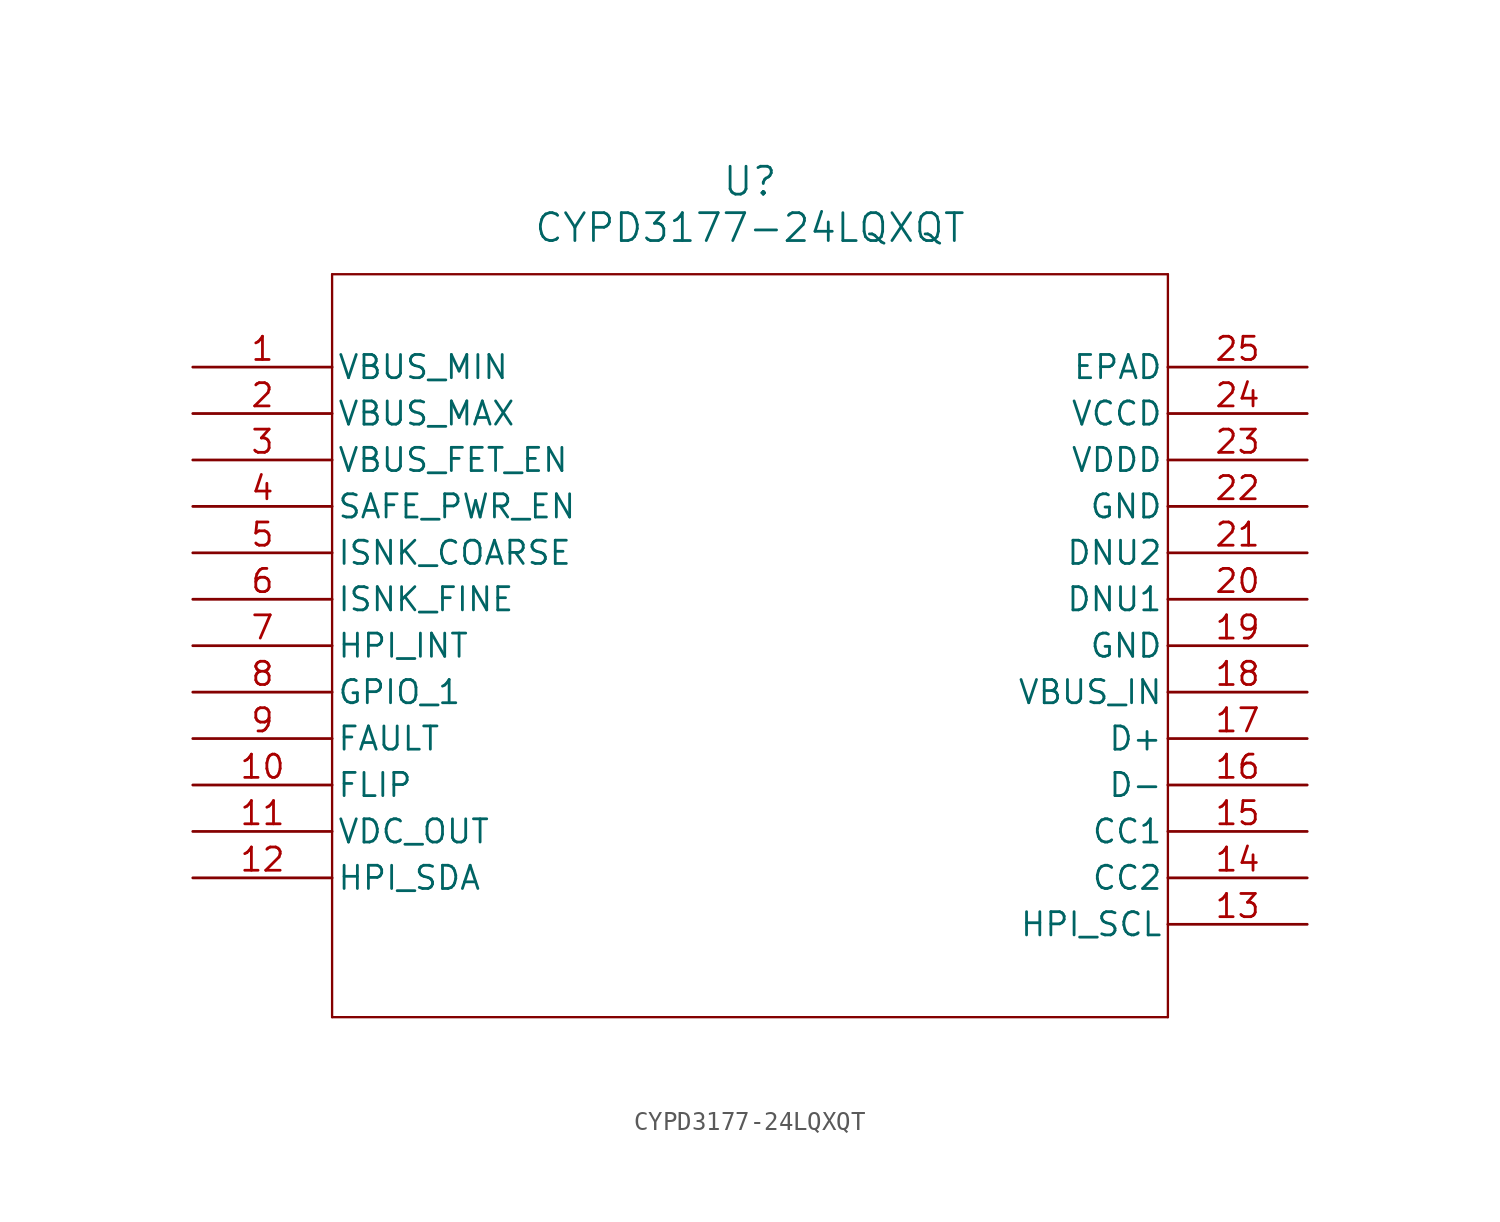
<source format=kicad_sym>
(kicad_symbol_lib
  (version 20211014)
  (generator kicad_symbol_editor)
  (symbol "CYPD3177-24LQXQT"
    (pin_names
      (offset 0.254))
    (property "Reference" "U"
      (at 30.48 10.16 0)
      (effects (font (size 1.524 1.524))))
    (property "Value" "CYPD3177-24LQXQT"
      (at 30.48 7.62 0)
      (effects (font (size 1.524 1.524))))
    (symbol "CYPD3177-24LQXQT_0_1"
      (polyline (pts (xy 7.62 5.08) (xy 7.62 -35.56)) (stroke (width 0.127) (type default) (color 0 0 0 0)) (fill (type none)))
      (polyline (pts (xy 7.62 -35.56) (xy 53.34 -35.56)) (stroke (width 0.127) (type default) (color 0 0 0 0)) (fill (type none)))
      (polyline (pts (xy 53.34 -35.56) (xy 53.34 5.08)) (stroke (width 0.127) (type default) (color 0 0 0 0)) (fill (type none)))
      (polyline (pts (xy 53.34 5.08) (xy 7.62 5.08)) (stroke (width 0.127) (type default) (color 0 0 0 0)) (fill (type none)))
      (pin unspecified line (at 0 0 0) (length 7.62) (name "VBUS_MIN" (effects (font (size 1.27 1.27)))) (number "1" (effects (font (size 1.27 1.27)))))
      (pin unspecified line (at 0 -2.54 0) (length 7.62) (name "VBUS_MAX" (effects (font (size 1.27 1.27)))) (number "2" (effects (font (size 1.27 1.27)))))
      (pin unspecified line (at 0 -5.08 0) (length 7.62) (name "VBUS_FET_EN" (effects (font (size 1.27 1.27)))) (number "3" (effects (font (size 1.27 1.27)))))
      (pin unspecified line (at 0 -7.62 0) (length 7.62) (name "SAFE_PWR_EN" (effects (font (size 1.27 1.27)))) (number "4" (effects (font (size 1.27 1.27)))))
      (pin unspecified line (at 0 -10.16 0) (length 7.62) (name "ISNK_COARSE" (effects (font (size 1.27 1.27)))) (number "5" (effects (font (size 1.27 1.27)))))
      (pin unspecified line (at 0 -12.7 0) (length 7.62) (name "ISNK_FINE" (effects (font (size 1.27 1.27)))) (number "6" (effects (font (size 1.27 1.27)))))
      (pin unspecified line (at 0 -15.24 0) (length 7.62) (name "HPI_INT" (effects (font (size 1.27 1.27)))) (number "7" (effects (font (size 1.27 1.27)))))
      (pin unspecified line (at 0 -17.78 0) (length 7.62) (name "GPIO_1" (effects (font (size 1.27 1.27)))) (number "8" (effects (font (size 1.27 1.27)))))
      (pin unspecified line (at 0 -20.32 0) (length 7.62) (name "FAULT" (effects (font (size 1.27 1.27)))) (number "9" (effects (font (size 1.27 1.27)))))
      (pin unspecified line (at 0 -22.86 0) (length 7.62) (name "FLIP" (effects (font (size 1.27 1.27)))) (number "10" (effects (font (size 1.27 1.27)))))
      (pin output line (at 0 -25.4 0) (length 7.62) (name "VDC_OUT" (effects (font (size 1.27 1.27)))) (number "11" (effects (font (size 1.27 1.27)))))
      (pin unspecified line (at 0 -27.94 0) (length 7.62) (name "HPI_SDA" (effects (font (size 1.27 1.27)))) (number "12" (effects (font (size 1.27 1.27)))))
      (pin unspecified line (at 60.96 -30.48 180) (length 7.62) (name "HPI_SCL" (effects (font (size 1.27 1.27)))) (number "13" (effects (font (size 1.27 1.27)))))
      (pin bidirectional line (at 60.96 -27.94 180) (length 7.62) (name "CC2" (effects (font (size 1.27 1.27)))) (number "14" (effects (font (size 1.27 1.27)))))
      (pin bidirectional line (at 60.96 -25.4 180) (length 7.62) (name "CC1" (effects (font (size 1.27 1.27)))) (number "15" (effects (font (size 1.27 1.27)))))
      (pin unspecified line (at 60.96 -22.86 180) (length 7.62) (name "D-" (effects (font (size 1.27 1.27)))) (number "16" (effects (font (size 1.27 1.27)))))
      (pin unspecified line (at 60.96 -20.32 180) (length 7.62) (name "D+" (effects (font (size 1.27 1.27)))) (number "17" (effects (font (size 1.27 1.27)))))
      (pin unspecified line (at 60.96 -17.78 180) (length 7.62) (name "VBUS_IN" (effects (font (size 1.27 1.27)))) (number "18" (effects (font (size 1.27 1.27)))))
      (pin power_out line (at 60.96 -15.24 180) (length 7.62) (name "GND" (effects (font (size 1.27 1.27)))) (number "19" (effects (font (size 1.27 1.27)))))
      (pin bidirectional line (at 60.96 -12.7 180) (length 7.62) (name "DNU1" (effects (font (size 1.27 1.27)))) (number "20" (effects (font (size 1.27 1.27)))))
      (pin bidirectional line (at 60.96 -10.16 180) (length 7.62) (name "DNU2" (effects (font (size 1.27 1.27)))) (number "21" (effects (font (size 1.27 1.27)))))
      (pin power_out line (at 60.96 -7.62 180) (length 7.62) (name "GND" (effects (font (size 1.27 1.27)))) (number "22" (effects (font (size 1.27 1.27)))))
      (pin power_in line (at 60.96 -5.08 180) (length 7.62) (name "VDDD" (effects (font (size 1.27 1.27)))) (number "23" (effects (font (size 1.27 1.27)))))
      (pin power_in line (at 60.96 -2.54 180) (length 7.62) (name "VCCD" (effects (font (size 1.27 1.27)))) (number "24" (effects (font (size 1.27 1.27)))))
      (pin unspecified line (at 60.96 0 180) (length 7.62) (name "EPAD" (effects (font (size 1.27 1.27)))) (number "25" (effects (font (size 1.27 1.27))))))))
</source>
